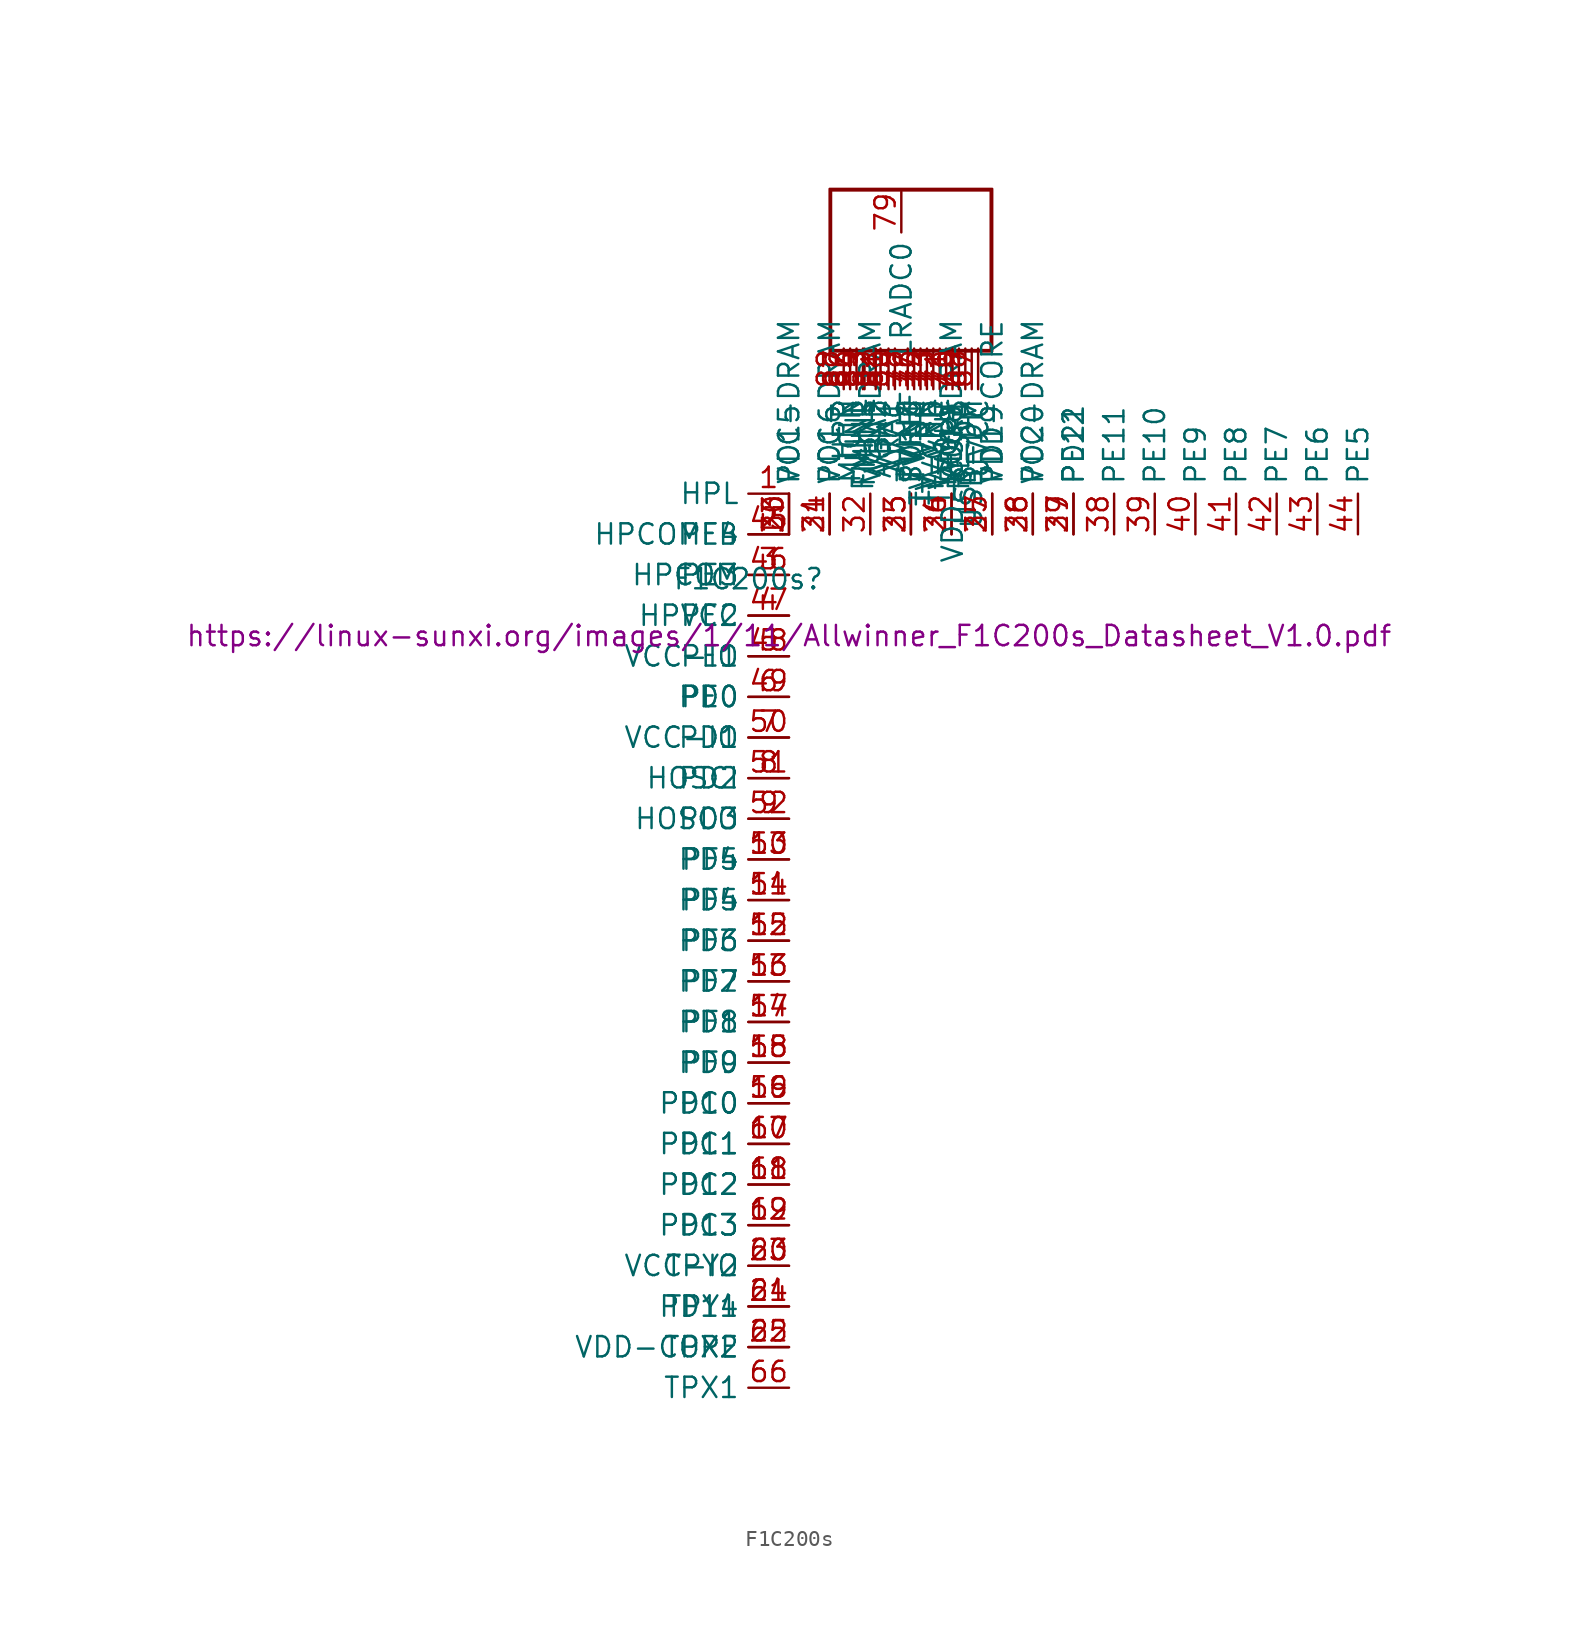
<source format=kicad_sym>
(kicad_symbol_lib
  (version 20231120)
  (generator "kicad_symbol_editor")
  (generator_version "8.0")
  (symbol "F1C200s"
    (property "Reference" "F1C200s"
      (at -10.16 -19.304 0)
      (effects (font (size 1.27 1.27))))
    (property "Value" ""
      (at -7.62 -22.86 0)
      (effects (font (size 1.27 1.27))))
    (property "Datasheet" "https://linux-sunxi.org/images/1/11/Allwinner_F1C200s_Datasheet_V1.0.pdf"
      (at -7.62 -22.86 0)
      (effects (font (size 1.27 1.27))))
    (symbol "F1C200s_0_1"
      (rectangle (start -5 -5) (end 5 5) (stroke (width 0) (type default)) (fill (type none)))
      (rectangle (start -5 -5) (end 5 5) (stroke (width 0) (type default)) (fill (type none))))
    (symbol "F1C200s_1_0"
      (pin bidirectional line (at -7.62 -36.83 180) (length 2.54) (name "PD4" (effects (font (size 1.27 1.27)))) (number "10" (effects (font (size 1.27 1.27)))))
      (pin bidirectional line (at -7.62 -39.37 180) (length 2.54) (name "PD5" (effects (font (size 1.27 1.27)))) (number "11" (effects (font (size 1.27 1.27)))))
      (pin bidirectional line (at -7.62 -41.91 180) (length 2.54) (name "PD6" (effects (font (size 1.27 1.27)))) (number "12" (effects (font (size 1.27 1.27)))))
      (pin bidirectional line (at -7.62 -44.45 180) (length 2.54) (name "PD7" (effects (font (size 1.27 1.27)))) (number "13" (effects (font (size 1.27 1.27)))))
      (pin bidirectional line (at -7.62 -46.99 180) (length 2.54) (name "PD8" (effects (font (size 1.27 1.27)))) (number "14" (effects (font (size 1.27 1.27)))))
      (pin bidirectional line (at -7.62 -49.53 180) (length 2.54) (name "PD9" (effects (font (size 1.27 1.27)))) (number "15" (effects (font (size 1.27 1.27)))))
      (pin bidirectional line (at -7.62 -52.07 180) (length 2.54) (name "PD10" (effects (font (size 1.27 1.27)))) (number "16" (effects (font (size 1.27 1.27)))))
      (pin bidirectional line (at -7.62 -54.61 180) (length 2.54) (name "PD11" (effects (font (size 1.27 1.27)))) (number "17" (effects (font (size 1.27 1.27)))))
      (pin bidirectional line (at -7.62 -57.15 180) (length 2.54) (name "PD12" (effects (font (size 1.27 1.27)))) (number "18" (effects (font (size 1.27 1.27)))))
      (pin bidirectional line (at -7.62 -59.69 180) (length 2.54) (name "PD13" (effects (font (size 1.27 1.27)))) (number "19" (effects (font (size 1.27 1.27)))))
      (pin output line (at -7.62 -16.51 180) (length 2.54) (name "HPCOMFB" (effects (font (size 1.27 1.27)))) (number "2" (effects (font (size 1.27 1.27)))))
      (pin output line (at -7.62 -62.23 180) (length 2.54) (name "VCC-IO" (effects (font (size 1.27 1.27)))) (number "20" (effects (font (size 1.27 1.27)))))
      (pin bidirectional line (at -7.62 -64.77 180) (length 2.54) (name "PD14" (effects (font (size 1.27 1.27)))) (number "21" (effects (font (size 1.27 1.27)))))
      (pin output line (at -7.62 -67.31 180) (length 2.54) (name "VDD-CORE" (effects (font (size 1.27 1.27)))) (number "22" (effects (font (size 1.27 1.27)))))
      (pin bidirectional line (at -7.62 -16.51 90) (length 2.54) (name "PD15" (effects (font (size 1.27 1.27)))) (number "23" (effects (font (size 1.27 1.27)))))
      (pin bidirectional line (at -5.08 -16.51 90) (length 2.54) (name "PD16" (effects (font (size 1.27 1.27)))) (number "24" (effects (font (size 1.27 1.27)))))
      (pin bidirectional line (at 0 -16.51 90) (length 2.54) (name "PD17" (effects (font (size 1.27 1.27)))) (number "25" (effects (font (size 1.27 1.27)))))
      (pin bidirectional line (at 2.54 -16.51 90) (length 2.54) (name "PD18" (effects (font (size 1.27 1.27)))) (number "26" (effects (font (size 1.27 1.27)))))
      (pin bidirectional line (at 5.08 -16.51 90) (length 2.54) (name "PD19" (effects (font (size 1.27 1.27)))) (number "27" (effects (font (size 1.27 1.27)))))
      (pin bidirectional line (at 7.62 -16.51 90) (length 2.54) (name "PD20" (effects (font (size 1.27 1.27)))) (number "28" (effects (font (size 1.27 1.27)))))
      (pin bidirectional line (at 10.16 -16.51 90) (length 2.54) (name "PD21" (effects (font (size 1.27 1.27)))) (number "29" (effects (font (size 1.27 1.27)))))
      (pin output line (at -7.62 -19.05 180) (length 2.54) (name "HPCOM" (effects (font (size 1.27 1.27)))) (number "3" (effects (font (size 1.27 1.27)))))
      (pin output line (at -7.62 -16.51 90) (length 2.54) (name "VCC-DRAM" (effects (font (size 1.27 1.27)))) (number "30" (effects (font (size 1.27 1.27)))))
      (pin output line (at -5.08 -16.51 90) (length 2.54) (name "VCC-DRAM" (effects (font (size 1.27 1.27)))) (number "31" (effects (font (size 1.27 1.27)))))
      (pin output line (at -2.54 -16.51 90) (length 2.54) (name "VCC-DRAM" (effects (font (size 1.27 1.27)))) (number "32" (effects (font (size 1.27 1.27)))))
      (pin output line (at 0 -16.51 90) (length 2.54) (name "SVREF" (effects (font (size 1.27 1.27)))) (number "33" (effects (font (size 1.27 1.27)))))
      (pin output line (at 2.54 -16.51 90) (length 2.54) (name "VCC-DRAM" (effects (font (size 1.27 1.27)))) (number "34" (effects (font (size 1.27 1.27)))))
      (pin output line (at 5.08 -16.51 90) (length 2.54) (name "VDD-CORE" (effects (font (size 1.27 1.27)))) (number "35" (effects (font (size 1.27 1.27)))))
      (pin output line (at 7.62 -16.51 90) (length 2.54) (name "VCC-DRAM" (effects (font (size 1.27 1.27)))) (number "36" (effects (font (size 1.27 1.27)))))
      (pin output line (at 10.16 -16.51 90) (length 2.54) (name "PE12" (effects (font (size 1.27 1.27)))) (number "37" (effects (font (size 1.27 1.27)))))
      (pin output line (at 12.7 -16.51 90) (length 2.54) (name "PE11" (effects (font (size 1.27 1.27)))) (number "38" (effects (font (size 1.27 1.27)))))
      (pin output line (at 15.24 -16.51 90) (length 2.54) (name "PE10" (effects (font (size 1.27 1.27)))) (number "39" (effects (font (size 1.27 1.27)))))
      (pin output line (at -7.62 -21.59 180) (length 2.54) (name "HPVCC" (effects (font (size 1.27 1.27)))) (number "4" (effects (font (size 1.27 1.27)))))
      (pin output line (at 17.78 -16.51 90) (length 2.54) (name "PE9" (effects (font (size 1.27 1.27)))) (number "40" (effects (font (size 1.27 1.27)))))
      (pin output line (at 20.32 -16.51 90) (length 2.54) (name "PE8" (effects (font (size 1.27 1.27)))) (number "41" (effects (font (size 1.27 1.27)))))
      (pin output line (at 22.86 -16.51 90) (length 2.54) (name "PE7" (effects (font (size 1.27 1.27)))) (number "42" (effects (font (size 1.27 1.27)))))
      (pin output line (at 25.4 -16.51 90) (length 2.54) (name "PE6" (effects (font (size 1.27 1.27)))) (number "43" (effects (font (size 1.27 1.27)))))
      (pin output line (at 27.94 -16.51 90) (length 2.54) (name "PE5" (effects (font (size 1.27 1.27)))) (number "44" (effects (font (size 1.27 1.27)))))
      (pin output line (at -7.62 -16.51 180) (length 2.54) (name "PE4" (effects (font (size 1.27 1.27)))) (number "45" (effects (font (size 1.27 1.27)))))
      (pin output line (at -7.62 -19.05 180) (length 2.54) (name "PE3" (effects (font (size 1.27 1.27)))) (number "46" (effects (font (size 1.27 1.27)))))
      (pin output line (at -7.62 -21.59 180) (length 2.54) (name "PE2" (effects (font (size 1.27 1.27)))) (number "47" (effects (font (size 1.27 1.27)))))
      (pin output line (at -7.62 -24.13 180) (length 2.54) (name "PE1" (effects (font (size 1.27 1.27)))) (number "48" (effects (font (size 1.27 1.27)))))
      (pin output line (at -7.62 -26.67 180) (length 2.54) (name "PE0" (effects (font (size 1.27 1.27)))) (number "49" (effects (font (size 1.27 1.27)))))
      (pin output line (at -7.62 -24.13 180) (length 2.54) (name "VCC-IO" (effects (font (size 1.27 1.27)))) (number "5" (effects (font (size 1.27 1.27)))))
      (pin output line (at -7.62 -29.21 180) (length 2.54) (name "VCC-IO" (effects (font (size 1.27 1.27)))) (number "50" (effects (font (size 1.27 1.27)))))
      (pin output line (at -7.62 -31.75 180) (length 2.54) (name "HOSCI" (effects (font (size 1.27 1.27)))) (number "51" (effects (font (size 1.27 1.27)))))
      (pin output line (at -7.62 -34.29 180) (length 2.54) (name "HOSCO" (effects (font (size 1.27 1.27)))) (number "52" (effects (font (size 1.27 1.27)))))
      (pin output line (at -7.62 -36.83 180) (length 2.54) (name "PF5" (effects (font (size 1.27 1.27)))) (number "53" (effects (font (size 1.27 1.27)))))
      (pin output line (at -7.62 -39.37 180) (length 2.54) (name "PF4" (effects (font (size 1.27 1.27)))) (number "54" (effects (font (size 1.27 1.27)))))
      (pin output line (at -7.62 -41.91 180) (length 2.54) (name "PF3" (effects (font (size 1.27 1.27)))) (number "55" (effects (font (size 1.27 1.27)))))
      (pin output line (at -7.62 -44.45 180) (length 2.54) (name "PF2" (effects (font (size 1.27 1.27)))) (number "56" (effects (font (size 1.27 1.27)))))
      (pin output line (at -7.62 -46.99 180) (length 2.54) (name "PF1" (effects (font (size 1.27 1.27)))) (number "57" (effects (font (size 1.27 1.27)))))
      (pin output line (at -7.62 -49.53 180) (length 2.54) (name "PF0" (effects (font (size 1.27 1.27)))) (number "58" (effects (font (size 1.27 1.27)))))
      (pin output line (at -7.62 -52.07 180) (length 2.54) (name "PC0" (effects (font (size 1.27 1.27)))) (number "59" (effects (font (size 1.27 1.27)))))
      (pin bidirectional line (at -7.62 -26.67 180) (length 2.54) (name "PD0" (effects (font (size 1.27 1.27)))) (number "6" (effects (font (size 1.27 1.27)))))
      (pin output line (at -7.62 -54.61 180) (length 2.54) (name "PC1" (effects (font (size 1.27 1.27)))) (number "60" (effects (font (size 1.27 1.27)))))
      (pin output line (at -7.62 -57.15 180) (length 2.54) (name "PC2" (effects (font (size 1.27 1.27)))) (number "61" (effects (font (size 1.27 1.27)))))
      (pin output line (at -7.62 -59.69 180) (length 2.54) (name "PC3" (effects (font (size 1.27 1.27)))) (number "62" (effects (font (size 1.27 1.27)))))
      (pin output line (at -7.62 -62.23 180) (length 2.54) (name "TPY2" (effects (font (size 1.27 1.27)))) (number "63" (effects (font (size 1.27 1.27)))))
      (pin output line (at -7.62 -64.77 180) (length 2.54) (name "TPY1" (effects (font (size 1.27 1.27)))) (number "64" (effects (font (size 1.27 1.27)))))
      (pin output line (at -7.62 -67.31 180) (length 2.54) (name "TPX2" (effects (font (size 1.27 1.27)))) (number "65" (effects (font (size 1.27 1.27)))))
      (pin output line (at -7.62 -69.85 180) (length 2.54) (name "TPX1" (effects (font (size 1.27 1.27)))) (number "66" (effects (font (size 1.27 1.27)))))
      (pin output line (at 4.2 -4.9 270) (length 2.54) (name "UVCC" (effects (font (size 1.27 1.27)))) (number "67" (effects (font (size 1.27 1.27)))))
      (pin output line (at 3.8 -4.9 270) (length 2.54) (name "USB-DM" (effects (font (size 1.27 1.27)))) (number "68" (effects (font (size 1.27 1.27)))))
      (pin output line (at 3.4 -4.9 270) (length 2.54) (name "USB-DP" (effects (font (size 1.27 1.27)))) (number "69" (effects (font (size 1.27 1.27)))))
      (pin bidirectional line (at -7.62 -29.21 180) (length 2.54) (name "PD1" (effects (font (size 1.27 1.27)))) (number "7" (effects (font (size 1.27 1.27)))))
      (pin output line (at 3 -4.9 270) (length 2.54) (name "RESET" (effects (font (size 1.27 1.27)))) (number "70" (effects (font (size 1.27 1.27)))))
      (pin output line (at 2.6 -4.9 270) (length 2.54) (name "VDD-CORE" (effects (font (size 1.27 1.27)))) (number "71" (effects (font (size 1.27 1.27)))))
      (pin output line (at 2.2 -4.9 270) (length 2.54) (name "TVOUT" (effects (font (size 1.27 1.27)))) (number "72" (effects (font (size 1.27 1.27)))))
      (pin output line (at 1.8 -4.9 270) (length 2.54) (name "TV_VCC" (effects (font (size 1.27 1.27)))) (number "73" (effects (font (size 1.27 1.27)))))
      (pin output line (at 1.4 -4.9 270) (length 2.54) (name "TVGND" (effects (font (size 1.27 1.27)))) (number "74" (effects (font (size 1.27 1.27)))))
      (pin output line (at 1 -4.9 270) (length 2.54) (name "TV_VRN" (effects (font (size 1.27 1.27)))) (number "75" (effects (font (size 1.27 1.27)))))
      (pin output line (at 0.6 -4.9 270) (length 2.54) (name "TV_VRP" (effects (font (size 1.27 1.27)))) (number "76" (effects (font (size 1.27 1.27)))))
      (pin output line (at 0.2 -4.9 270) (length 2.54) (name "TVIN1" (effects (font (size 1.27 1.27)))) (number "77" (effects (font (size 1.27 1.27)))))
      (pin output line (at -0.2 -4.9 270) (length 2.54) (name "TVIN0" (effects (font (size 1.27 1.27)))) (number "78" (effects (font (size 1.27 1.27)))))
      (pin output line (at -0.6 04.9 270) (length 2.54) (name "LRADC0" (effects (font (size 1.27 1.27)))) (number "79" (effects (font (size 1.27 1.27)))))
      (pin bidirectional line (at -7.62 -31.75 180) (length 2.54) (name "PD2" (effects (font (size 1.27 1.27)))) (number "8" (effects (font (size 1.27 1.27)))))
      (pin output line (at -1 -4.9 270) (length 2.54) (name "AVCC" (effects (font (size 1.27 1.27)))) (number "80" (effects (font (size 1.27 1.27)))))
      (pin output line (at -1.4 -4.9 270) (length 2.54) (name "VRA1" (effects (font (size 1.27 1.27)))) (number "81" (effects (font (size 1.27 1.27)))))
      (pin output line (at -1.9 -4.9 270) (length 2.54) (name "AGND" (effects (font (size 1.27 1.27)))) (number "82" (effects (font (size 1.27 1.27)))))
      (pin output line (at -2.2 -4.9 270) (length 2.54) (name "VRA2" (effects (font (size 1.27 1.27)))) (number "83" (effects (font (size 1.27 1.27)))))
      (pin output line (at -2.9 -4.9 270) (length 2.54) (name "FMINL" (effects (font (size 1.27 1.27)))) (number "84" (effects (font (size 1.27 1.27)))))
      (pin output line (at -3 -4.9 270) (length 2.54) (name "FMINR" (effects (font (size 1.27 1.27)))) (number "85" (effects (font (size 1.27 1.27)))))
      (pin output line (at -3.4 -4.9 270) (length 2.54) (name "LINL" (effects (font (size 1.27 1.27)))) (number "86" (effects (font (size 1.27 1.27)))))
      (pin output line (at -3.8 -4.9 270) (length 2.54) (name "MICIN" (effects (font (size 1.27 1.27)))) (number "87" (effects (font (size 1.27 1.27)))))
      (pin output line (at -4.2 -4.9 270) (length 2.54) (name "HPR" (effects (font (size 1.27 1.27)))) (number "88" (effects (font (size 1.27 1.27)))))
      (pin bidirectional line (at -7.62 -34.29 180) (length 2.54) (name "PD3" (effects (font (size 1.27 1.27)))) (number "9" (effects (font (size 1.27 1.27))))))
    (symbol "F1C200s_1_1"
      (rectangle (start -5.08 5.08) (end 5.08 -5.08) (stroke (width 0) (type default)) (fill (type none)))
      (pin output line (at -7.62 -13.97 180) (length 2.54) (name "HPL" (effects (font (size 1.27 1.27)))) (number "1" (effects (font (size 1.27 1.27))))))))
</source>
